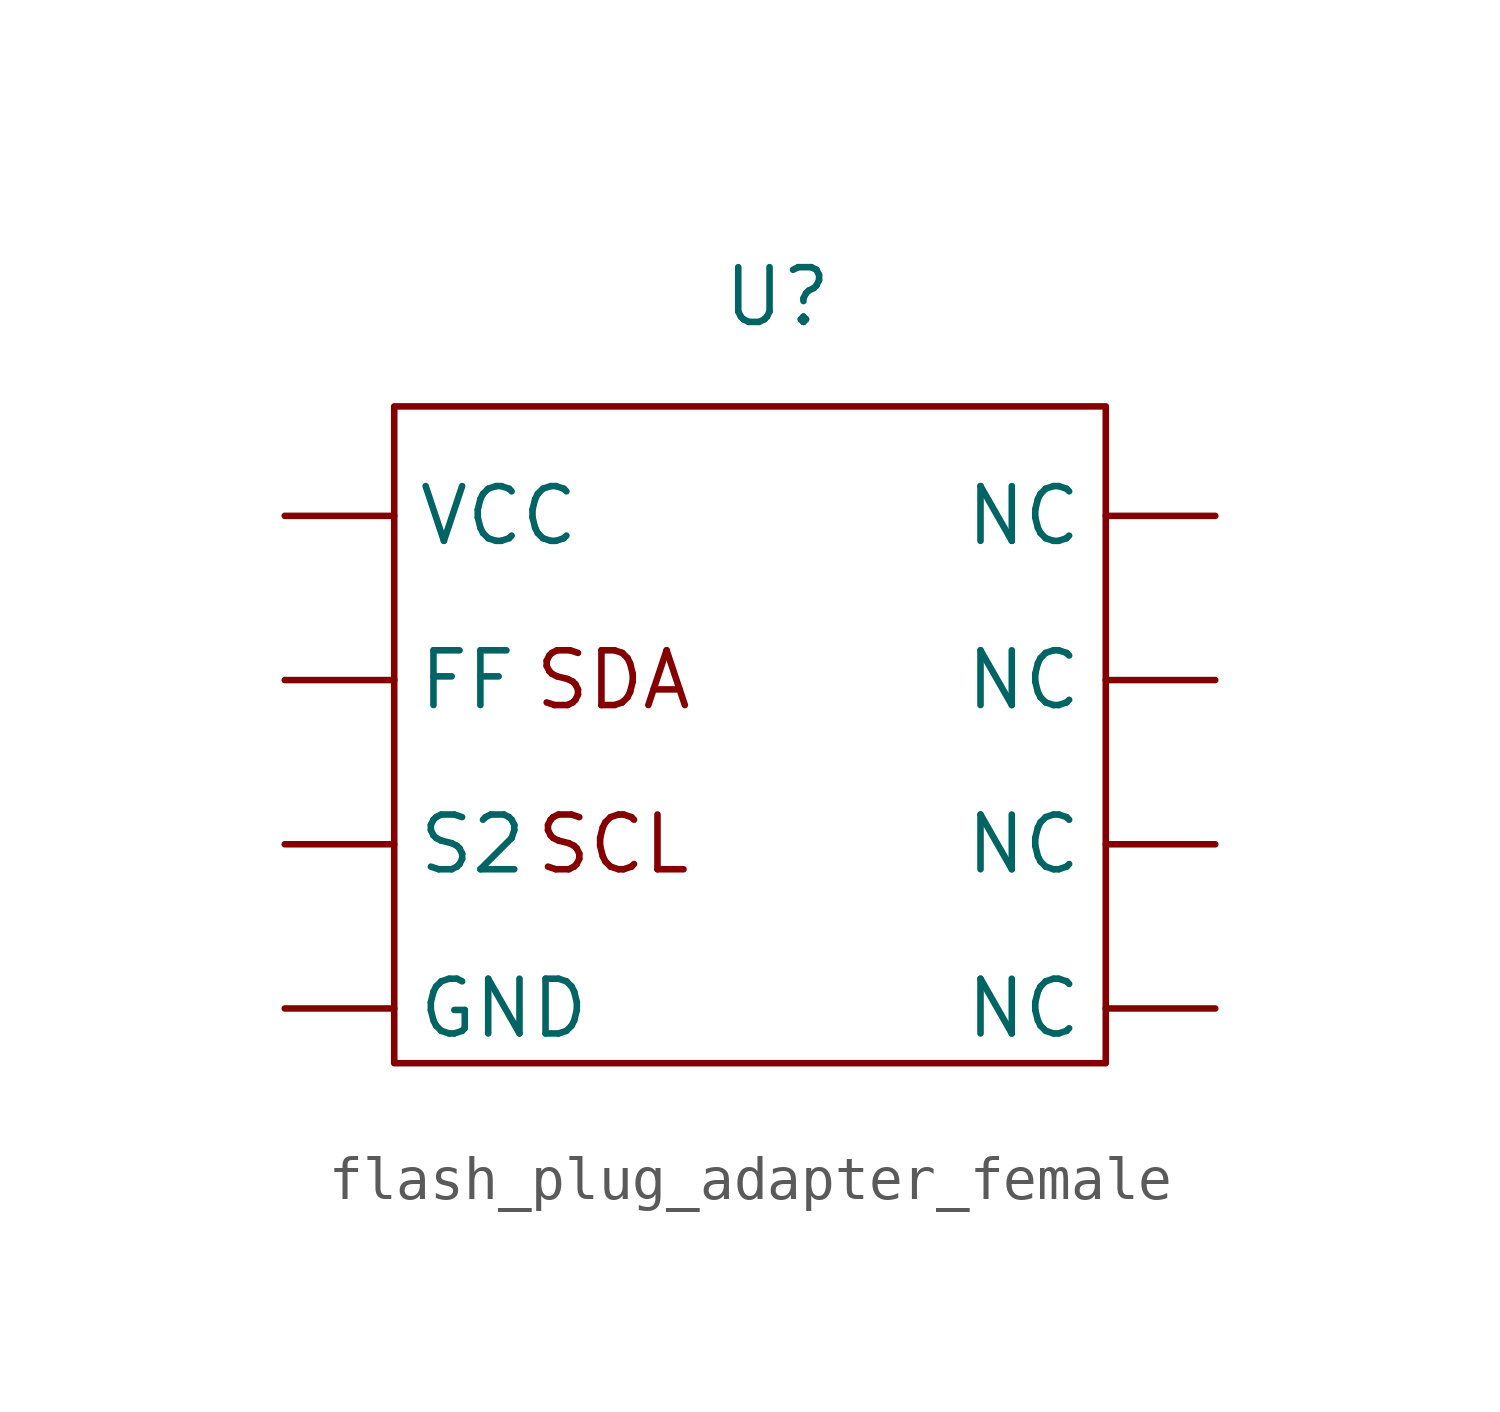
<source format=kicad_sym>
(kicad_symbol_lib
  (version 20220914)
  (generator kicad_symbol_editor)
  (symbol "flash_plug_adapter_female"
    (property "Reference" "U"
      (at 0 5.08 0)
      (effects (font (size 1.27 1.27))))
    (property "Value" ""
      (at -3.81 0 0)
      (effects (font (size 1.27 1.27))))
    (symbol "flash_plug_adapter_female_0_1"
      (rectangle (start -8.89 2.54) (end 7.62 -12.7) (stroke (width 0) (type default)) (fill (type none)))
      (text "SCL\n" (at -3.81 -7.62 0) (effects (font (size 1.27 1.27))))
      (text "SDA\n" (at -3.81 -3.81 0) (effects (font (size 1.27 1.27)))))
    (symbol "flash_plug_adapter_female_1_1"
      (pin bidirectional line (at -11.43 -3.81 0) (length 2.54) (name "FF" (effects (font (size 1.27 1.27)))) (number "" (effects (font (size 1.27 1.27)))))
      (pin output line (at -11.43 -11.43 0) (length 2.54) (name "GND" (effects (font (size 1.27 1.27)))) (number "" (effects (font (size 1.27 1.27)))))
      (pin bidirectional line (at 10.16 -11.43 180) (length 2.54) (name "NC" (effects (font (size 1.27 1.27)))) (number "" (effects (font (size 1.27 1.27)))))
      (pin bidirectional line (at 10.16 -7.62 180) (length 2.54) (name "NC" (effects (font (size 1.27 1.27)))) (number "" (effects (font (size 1.27 1.27)))))
      (pin bidirectional line (at 10.16 -3.81 180) (length 2.54) (name "NC" (effects (font (size 1.27 1.27)))) (number "" (effects (font (size 1.27 1.27)))))
      (pin bidirectional line (at 10.16 0 180) (length 2.54) (name "NC" (effects (font (size 1.27 1.27)))) (number "" (effects (font (size 1.27 1.27)))))
      (pin output line (at -11.43 -7.62 0) (length 2.54) (name "S2" (effects (font (size 1.27 1.27)))) (number "" (effects (font (size 1.27 1.27)))))
      (pin output line (at -11.43 0 0) (length 2.54) (name "VCC" (effects (font (size 1.27 1.27)))) (number "" (effects (font (size 1.27 1.27))))))))
</source>
